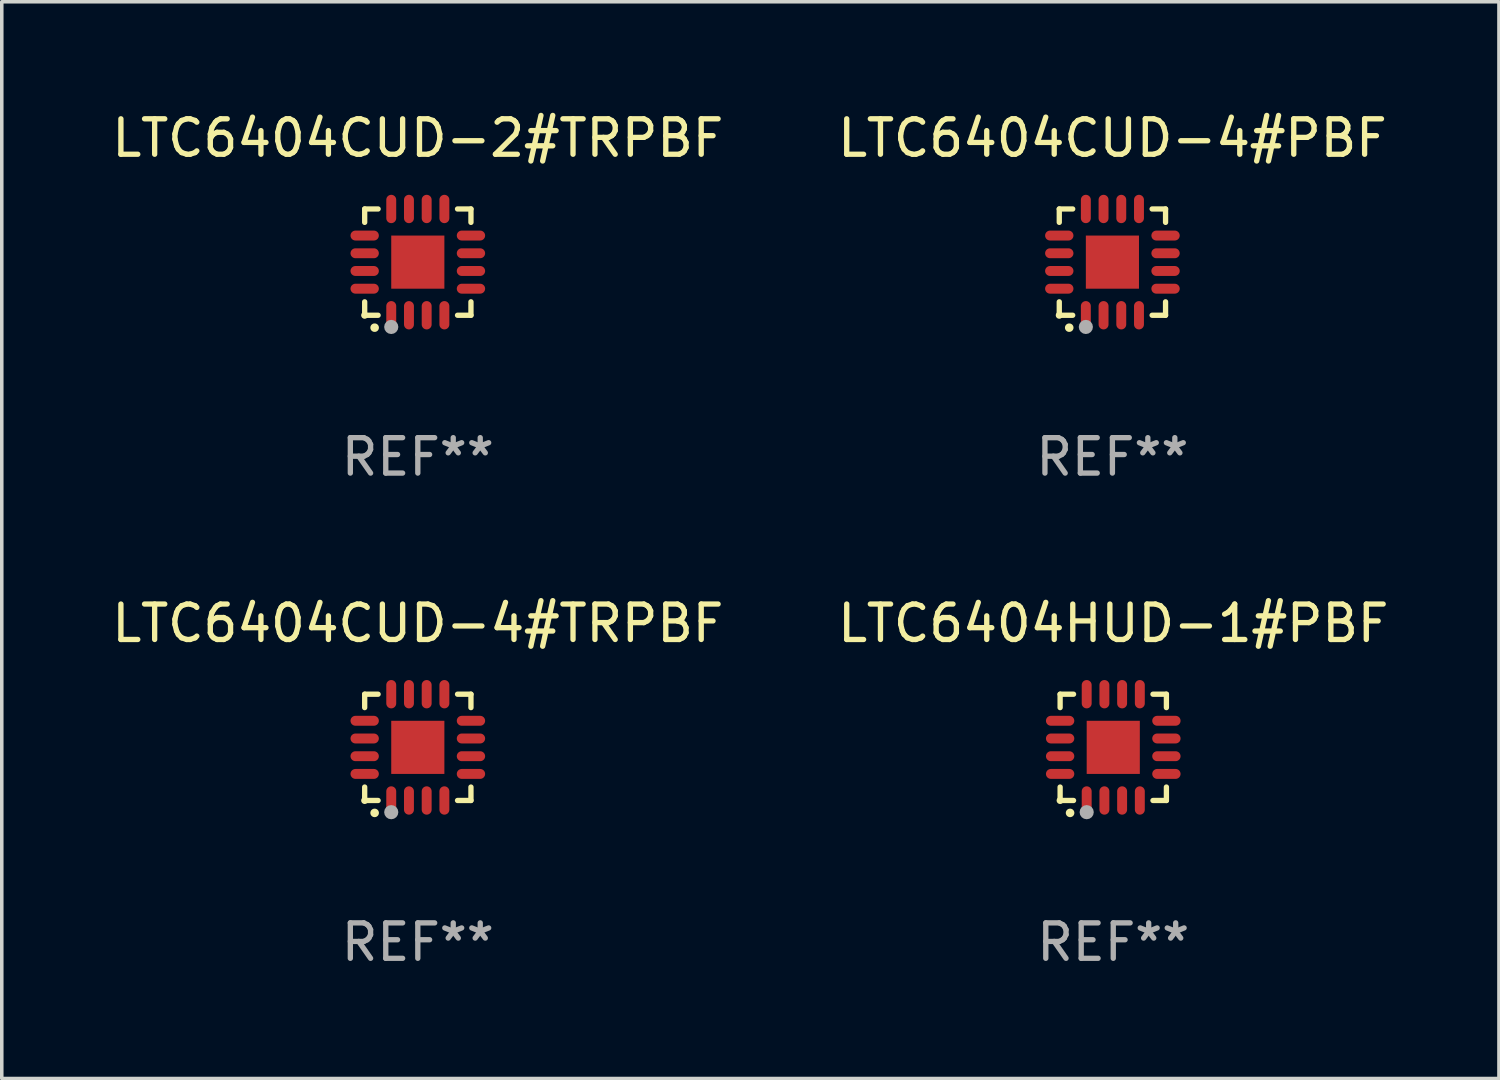
<source format=kicad_pcb>
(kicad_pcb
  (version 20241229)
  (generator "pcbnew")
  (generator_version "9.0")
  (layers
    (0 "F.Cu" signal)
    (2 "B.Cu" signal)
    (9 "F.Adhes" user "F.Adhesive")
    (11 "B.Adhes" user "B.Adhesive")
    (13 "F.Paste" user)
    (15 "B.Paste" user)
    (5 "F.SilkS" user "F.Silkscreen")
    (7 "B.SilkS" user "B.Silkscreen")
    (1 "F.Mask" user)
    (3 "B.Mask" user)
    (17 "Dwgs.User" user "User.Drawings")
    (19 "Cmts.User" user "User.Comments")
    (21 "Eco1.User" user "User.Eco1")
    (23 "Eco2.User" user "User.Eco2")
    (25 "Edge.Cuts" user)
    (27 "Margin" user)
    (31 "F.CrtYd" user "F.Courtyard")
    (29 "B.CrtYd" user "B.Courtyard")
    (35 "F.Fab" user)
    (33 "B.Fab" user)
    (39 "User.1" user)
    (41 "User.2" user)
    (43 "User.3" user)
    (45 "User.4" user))
  (footprint "LTC6404CUD-4#PBF"
    (layer "F.Cu")
    (at 28.351 4.349)
    (property "Reference" "LTC6404CUD-4#PBF" (at 0 -3.5 0) (layer "F.SilkS") (effects (font (size 1 1) (thickness 0.15))))
    (attr through_hole)
    (fp_line (start -1.5 -1.5) (end -1.121 -1.5) (stroke (width 0.15) (type solid)) (layer "F.SilkS"))
    (fp_line (start -1.5 -1.122) (end -1.5 -1.5) (stroke (width 0.15) (type solid)) (layer "F.SilkS"))
    (fp_line (start -1.5 1.5) (end -1.5 1.121) (stroke (width 0.15) (type solid)) (layer "F.SilkS"))
    (fp_line (start -1.121 1.5) (end -1.5 1.5) (stroke (width 0.15) (type solid)) (layer "F.SilkS"))
    (fp_line (start 1.121 -1.5) (end 1.5 -1.5) (stroke (width 0.15) (type solid)) (layer "F.SilkS"))
    (fp_line (start 1.5 -1.5) (end 1.5 -1.122) (stroke (width 0.15) (type solid)) (layer "F.SilkS"))
    (fp_line (start 1.5 1.121) (end 1.5 1.5) (stroke (width 0.15) (type solid)) (layer "F.SilkS"))
    (fp_line (start 1.5 1.5) (end 1.121 1.5) (stroke (width 0.15) (type solid)) (layer "F.SilkS"))
    (fp_arc (start -1.219926 1.850254) (mid -1.21891 1.85025) (end -1.217894 1.850254) (stroke (width 0.240005) (type solid)) (layer "F.SilkS"))
    (fp_circle (center -1.5 1.5) (end -1.45 1.5) (stroke (width 0.1) (type solid)) (fill no) (layer "F.SilkS"))
    (fp_circle (center -0.75 1.83) (end -0.65 1.83) (stroke (width 0.2) (type solid)) (fill no) (layer "F.Fab"))
    (fp_text user "REF**" (at 0 5.5 0) (layer "F.Fab") (effects (font (size 1 1) (thickness 0.15))))
    (pad "1" smd oval (at -0.75 1.5) (size 0.28 0.8) (layers "F.Cu" "F.Mask" "F.Paste"))
    (pad "2" smd oval (at -0.25 1.5) (size 0.28 0.8) (layers "F.Cu" "F.Mask" "F.Paste"))
    (pad "3" smd oval (at 0.25 1.5) (size 0.28 0.8) (layers "F.Cu" "F.Mask" "F.Paste"))
    (pad "4" smd oval (at 0.75 1.5) (size 0.28 0.8) (layers "F.Cu" "F.Mask" "F.Paste"))
    (pad "5" smd oval (at 1.5 0.75) (size 0.8 0.28) (layers "F.Cu" "F.Mask" "F.Paste"))
    (pad "6" smd oval (at 1.5 0.25) (size 0.8 0.28) (layers "F.Cu" "F.Mask" "F.Paste"))
    (pad "7" smd oval (at 1.5 -0.25) (size 0.8 0.28) (layers "F.Cu" "F.Mask" "F.Paste"))
    (pad "8" smd oval (at 1.5 -0.75) (size 0.8 0.28) (layers "F.Cu" "F.Mask" "F.Paste"))
    (pad "9" smd oval (at 0.75 -1.5) (size 0.28 0.8) (layers "F.Cu" "F.Mask" "F.Paste"))
    (pad "10" smd oval (at 0.25 -1.5) (size 0.28 0.8) (layers "F.Cu" "F.Mask" "F.Paste"))
    (pad "11" smd oval (at -0.25 -1.5) (size 0.28 0.8) (layers "F.Cu" "F.Mask" "F.Paste"))
    (pad "12" smd oval (at -0.75 -1.5) (size 0.28 0.8) (layers "F.Cu" "F.Mask" "F.Paste"))
    (pad "13" smd oval (at -1.5 -0.75) (size 0.8 0.28) (layers "F.Cu" "F.Mask" "F.Paste"))
    (pad "14" smd oval (at -1.5 -0.25) (size 0.8 0.28) (layers "F.Cu" "F.Mask" "F.Paste"))
    (pad "15" smd oval (at -1.5 0.25) (size 0.8 0.28) (layers "F.Cu" "F.Mask" "F.Paste"))
    (pad "16" smd oval (at -1.5 0.75) (size 0.8 0.28) (layers "F.Cu" "F.Mask" "F.Paste"))
    (pad "17" smd rect (at -0.000064 0.000165) (size 1.5 1.5) (layers "F.Cu" "F.Mask" "F.Paste")))
  (footprint "LTC6404CUD-2#TRPBF"
    (layer "F.Cu")
    (at 8.744 4.349)
    (property "Reference" "LTC6404CUD-2#TRPBF" (at 0 -3.5 0) (layer "F.SilkS") (effects (font (size 1 1) (thickness 0.15))))
    (attr through_hole)
    (fp_line (start -1.5 -1.5) (end -1.121 -1.5) (stroke (width 0.15) (type solid)) (layer "F.SilkS"))
    (fp_line (start -1.5 -1.122) (end -1.5 -1.5) (stroke (width 0.15) (type solid)) (layer "F.SilkS"))
    (fp_line (start -1.5 1.5) (end -1.5 1.121) (stroke (width 0.15) (type solid)) (layer "F.SilkS"))
    (fp_line (start -1.121 1.5) (end -1.5 1.5) (stroke (width 0.15) (type solid)) (layer "F.SilkS"))
    (fp_line (start 1.121 -1.5) (end 1.5 -1.5) (stroke (width 0.15) (type solid)) (layer "F.SilkS"))
    (fp_line (start 1.5 -1.5) (end 1.5 -1.122) (stroke (width 0.15) (type solid)) (layer "F.SilkS"))
    (fp_line (start 1.5 1.121) (end 1.5 1.5) (stroke (width 0.15) (type solid)) (layer "F.SilkS"))
    (fp_line (start 1.5 1.5) (end 1.121 1.5) (stroke (width 0.15) (type solid)) (layer "F.SilkS"))
    (fp_arc (start -1.219926 1.850254) (mid -1.21891 1.85025) (end -1.217894 1.850254) (stroke (width 0.240005) (type solid)) (layer "F.SilkS"))
    (fp_circle (center -1.5 1.5) (end -1.45 1.5) (stroke (width 0.1) (type solid)) (fill no) (layer "F.SilkS"))
    (fp_circle (center -0.75 1.83) (end -0.65 1.83) (stroke (width 0.2) (type solid)) (fill no) (layer "F.Fab"))
    (fp_text user "REF**" (at 0 5.5 0) (layer "F.Fab") (effects (font (size 1 1) (thickness 0.15))))
    (pad "1" smd oval (at -0.75 1.5) (size 0.28 0.8) (layers "F.Cu" "F.Mask" "F.Paste"))
    (pad "2" smd oval (at -0.25 1.5) (size 0.28 0.8) (layers "F.Cu" "F.Mask" "F.Paste"))
    (pad "3" smd oval (at 0.25 1.5) (size 0.28 0.8) (layers "F.Cu" "F.Mask" "F.Paste"))
    (pad "4" smd oval (at 0.75 1.5) (size 0.28 0.8) (layers "F.Cu" "F.Mask" "F.Paste"))
    (pad "5" smd oval (at 1.5 0.75) (size 0.8 0.28) (layers "F.Cu" "F.Mask" "F.Paste"))
    (pad "6" smd oval (at 1.5 0.25) (size 0.8 0.28) (layers "F.Cu" "F.Mask" "F.Paste"))
    (pad "7" smd oval (at 1.5 -0.25) (size 0.8 0.28) (layers "F.Cu" "F.Mask" "F.Paste"))
    (pad "8" smd oval (at 1.5 -0.75) (size 0.8 0.28) (layers "F.Cu" "F.Mask" "F.Paste"))
    (pad "9" smd oval (at 0.75 -1.5) (size 0.28 0.8) (layers "F.Cu" "F.Mask" "F.Paste"))
    (pad "10" smd oval (at 0.25 -1.5) (size 0.28 0.8) (layers "F.Cu" "F.Mask" "F.Paste"))
    (pad "11" smd oval (at -0.25 -1.5) (size 0.28 0.8) (layers "F.Cu" "F.Mask" "F.Paste"))
    (pad "12" smd oval (at -0.75 -1.5) (size 0.28 0.8) (layers "F.Cu" "F.Mask" "F.Paste"))
    (pad "13" smd oval (at -1.5 -0.75) (size 0.8 0.28) (layers "F.Cu" "F.Mask" "F.Paste"))
    (pad "14" smd oval (at -1.5 -0.25) (size 0.8 0.28) (layers "F.Cu" "F.Mask" "F.Paste"))
    (pad "15" smd oval (at -1.5 0.25) (size 0.8 0.28) (layers "F.Cu" "F.Mask" "F.Paste"))
    (pad "16" smd oval (at -1.5 0.75) (size 0.8 0.28) (layers "F.Cu" "F.Mask" "F.Paste"))
    (pad "17" smd rect (at -0.000064 0.000165) (size 1.5 1.5) (layers "F.Cu" "F.Mask" "F.Paste")))
  (footprint "LTC6404CUD-4#TRPBF"
    (layer "F.Cu")
    (at 8.744 18.046)
    (property "Reference" "LTC6404CUD-4#TRPBF" (at 0 -3.5 0) (layer "F.SilkS") (effects (font (size 1 1) (thickness 0.15))))
    (attr through_hole)
    (fp_line (start -1.5 -1.5) (end -1.121 -1.5) (stroke (width 0.15) (type solid)) (layer "F.SilkS"))
    (fp_line (start -1.5 -1.122) (end -1.5 -1.5) (stroke (width 0.15) (type solid)) (layer "F.SilkS"))
    (fp_line (start -1.5 1.5) (end -1.5 1.121) (stroke (width 0.15) (type solid)) (layer "F.SilkS"))
    (fp_line (start -1.121 1.5) (end -1.5 1.5) (stroke (width 0.15) (type solid)) (layer "F.SilkS"))
    (fp_line (start 1.121 -1.5) (end 1.5 -1.5) (stroke (width 0.15) (type solid)) (layer "F.SilkS"))
    (fp_line (start 1.5 -1.5) (end 1.5 -1.122) (stroke (width 0.15) (type solid)) (layer "F.SilkS"))
    (fp_line (start 1.5 1.121) (end 1.5 1.5) (stroke (width 0.15) (type solid)) (layer "F.SilkS"))
    (fp_line (start 1.5 1.5) (end 1.121 1.5) (stroke (width 0.15) (type solid)) (layer "F.SilkS"))
    (fp_arc (start -1.219926 1.850254) (mid -1.21891 1.85025) (end -1.217894 1.850254) (stroke (width 0.240005) (type solid)) (layer "F.SilkS"))
    (fp_circle (center -1.5 1.5) (end -1.45 1.5) (stroke (width 0.1) (type solid)) (fill no) (layer "F.SilkS"))
    (fp_circle (center -0.75 1.83) (end -0.65 1.83) (stroke (width 0.2) (type solid)) (fill no) (layer "F.Fab"))
    (fp_text user "REF**" (at 0 5.5 0) (layer "F.Fab") (effects (font (size 1 1) (thickness 0.15))))
    (pad "1" smd oval (at -0.75 1.5) (size 0.28 0.8) (layers "F.Cu" "F.Mask" "F.Paste"))
    (pad "2" smd oval (at -0.25 1.5) (size 0.28 0.8) (layers "F.Cu" "F.Mask" "F.Paste"))
    (pad "3" smd oval (at 0.25 1.5) (size 0.28 0.8) (layers "F.Cu" "F.Mask" "F.Paste"))
    (pad "4" smd oval (at 0.75 1.5) (size 0.28 0.8) (layers "F.Cu" "F.Mask" "F.Paste"))
    (pad "5" smd oval (at 1.5 0.75) (size 0.8 0.28) (layers "F.Cu" "F.Mask" "F.Paste"))
    (pad "6" smd oval (at 1.5 0.25) (size 0.8 0.28) (layers "F.Cu" "F.Mask" "F.Paste"))
    (pad "7" smd oval (at 1.5 -0.25) (size 0.8 0.28) (layers "F.Cu" "F.Mask" "F.Paste"))
    (pad "8" smd oval (at 1.5 -0.75) (size 0.8 0.28) (layers "F.Cu" "F.Mask" "F.Paste"))
    (pad "9" smd oval (at 0.75 -1.5) (size 0.28 0.8) (layers "F.Cu" "F.Mask" "F.Paste"))
    (pad "10" smd oval (at 0.25 -1.5) (size 0.28 0.8) (layers "F.Cu" "F.Mask" "F.Paste"))
    (pad "11" smd oval (at -0.25 -1.5) (size 0.28 0.8) (layers "F.Cu" "F.Mask" "F.Paste"))
    (pad "12" smd oval (at -0.75 -1.5) (size 0.28 0.8) (layers "F.Cu" "F.Mask" "F.Paste"))
    (pad "13" smd oval (at -1.5 -0.75) (size 0.8 0.28) (layers "F.Cu" "F.Mask" "F.Paste"))
    (pad "14" smd oval (at -1.5 -0.25) (size 0.8 0.28) (layers "F.Cu" "F.Mask" "F.Paste"))
    (pad "15" smd oval (at -1.5 0.25) (size 0.8 0.28) (layers "F.Cu" "F.Mask" "F.Paste"))
    (pad "16" smd oval (at -1.5 0.75) (size 0.8 0.28) (layers "F.Cu" "F.Mask" "F.Paste"))
    (pad "17" smd rect (at -0.000064 0.000165) (size 1.5 1.5) (layers "F.Cu" "F.Mask" "F.Paste")))
  (footprint "LTC6404HUD-1#PBF"
    (layer "F.Cu")
    (at 28.375 18.046)
    (property "Reference" "LTC6404HUD-1#PBF" (at 0 -3.5 0) (layer "F.SilkS") (effects (font (size 1 1) (thickness 0.15))))
    (attr through_hole)
    (fp_line (start -1.5 -1.5) (end -1.121 -1.5) (stroke (width 0.15) (type solid)) (layer "F.SilkS"))
    (fp_line (start -1.5 -1.122) (end -1.5 -1.5) (stroke (width 0.15) (type solid)) (layer "F.SilkS"))
    (fp_line (start -1.5 1.5) (end -1.5 1.121) (stroke (width 0.15) (type solid)) (layer "F.SilkS"))
    (fp_line (start -1.121 1.5) (end -1.5 1.5) (stroke (width 0.15) (type solid)) (layer "F.SilkS"))
    (fp_line (start 1.121 -1.5) (end 1.5 -1.5) (stroke (width 0.15) (type solid)) (layer "F.SilkS"))
    (fp_line (start 1.5 -1.5) (end 1.5 -1.122) (stroke (width 0.15) (type solid)) (layer "F.SilkS"))
    (fp_line (start 1.5 1.121) (end 1.5 1.5) (stroke (width 0.15) (type solid)) (layer "F.SilkS"))
    (fp_line (start 1.5 1.5) (end 1.121 1.5) (stroke (width 0.15) (type solid)) (layer "F.SilkS"))
    (fp_arc (start -1.219926 1.850254) (mid -1.21891 1.85025) (end -1.217894 1.850254) (stroke (width 0.240005) (type solid)) (layer "F.SilkS"))
    (fp_circle (center -1.5 1.5) (end -1.45 1.5) (stroke (width 0.1) (type solid)) (fill no) (layer "F.SilkS"))
    (fp_circle (center -0.75 1.83) (end -0.65 1.83) (stroke (width 0.2) (type solid)) (fill no) (layer "F.Fab"))
    (fp_text user "REF**" (at 0 5.5 0) (layer "F.Fab") (effects (font (size 1 1) (thickness 0.15))))
    (pad "1" smd oval (at -0.75 1.5) (size 0.28 0.8) (layers "F.Cu" "F.Mask" "F.Paste"))
    (pad "2" smd oval (at -0.25 1.5) (size 0.28 0.8) (layers "F.Cu" "F.Mask" "F.Paste"))
    (pad "3" smd oval (at 0.25 1.5) (size 0.28 0.8) (layers "F.Cu" "F.Mask" "F.Paste"))
    (pad "4" smd oval (at 0.75 1.5) (size 0.28 0.8) (layers "F.Cu" "F.Mask" "F.Paste"))
    (pad "5" smd oval (at 1.5 0.75) (size 0.8 0.28) (layers "F.Cu" "F.Mask" "F.Paste"))
    (pad "6" smd oval (at 1.5 0.25) (size 0.8 0.28) (layers "F.Cu" "F.Mask" "F.Paste"))
    (pad "7" smd oval (at 1.5 -0.25) (size 0.8 0.28) (layers "F.Cu" "F.Mask" "F.Paste"))
    (pad "8" smd oval (at 1.5 -0.75) (size 0.8 0.28) (layers "F.Cu" "F.Mask" "F.Paste"))
    (pad "9" smd oval (at 0.75 -1.5) (size 0.28 0.8) (layers "F.Cu" "F.Mask" "F.Paste"))
    (pad "10" smd oval (at 0.25 -1.5) (size 0.28 0.8) (layers "F.Cu" "F.Mask" "F.Paste"))
    (pad "11" smd oval (at -0.25 -1.5) (size 0.28 0.8) (layers "F.Cu" "F.Mask" "F.Paste"))
    (pad "12" smd oval (at -0.75 -1.5) (size 0.28 0.8) (layers "F.Cu" "F.Mask" "F.Paste"))
    (pad "13" smd oval (at -1.5 -0.75) (size 0.8 0.28) (layers "F.Cu" "F.Mask" "F.Paste"))
    (pad "14" smd oval (at -1.5 -0.25) (size 0.8 0.28) (layers "F.Cu" "F.Mask" "F.Paste"))
    (pad "15" smd oval (at -1.5 0.25) (size 0.8 0.28) (layers "F.Cu" "F.Mask" "F.Paste"))
    (pad "16" smd oval (at -1.5 0.75) (size 0.8 0.28) (layers "F.Cu" "F.Mask" "F.Paste"))
    (pad "17" smd rect (at -0.000064 0.000165) (size 1.5 1.5) (layers "F.Cu" "F.Mask" "F.Paste")))
  (gr_rect
    (start -3 -3)
    (end 39.262 27.394)
    (stroke (width 0.1) (type default))
    (fill no)
    (layer "Edge.Cuts")))
</source>
